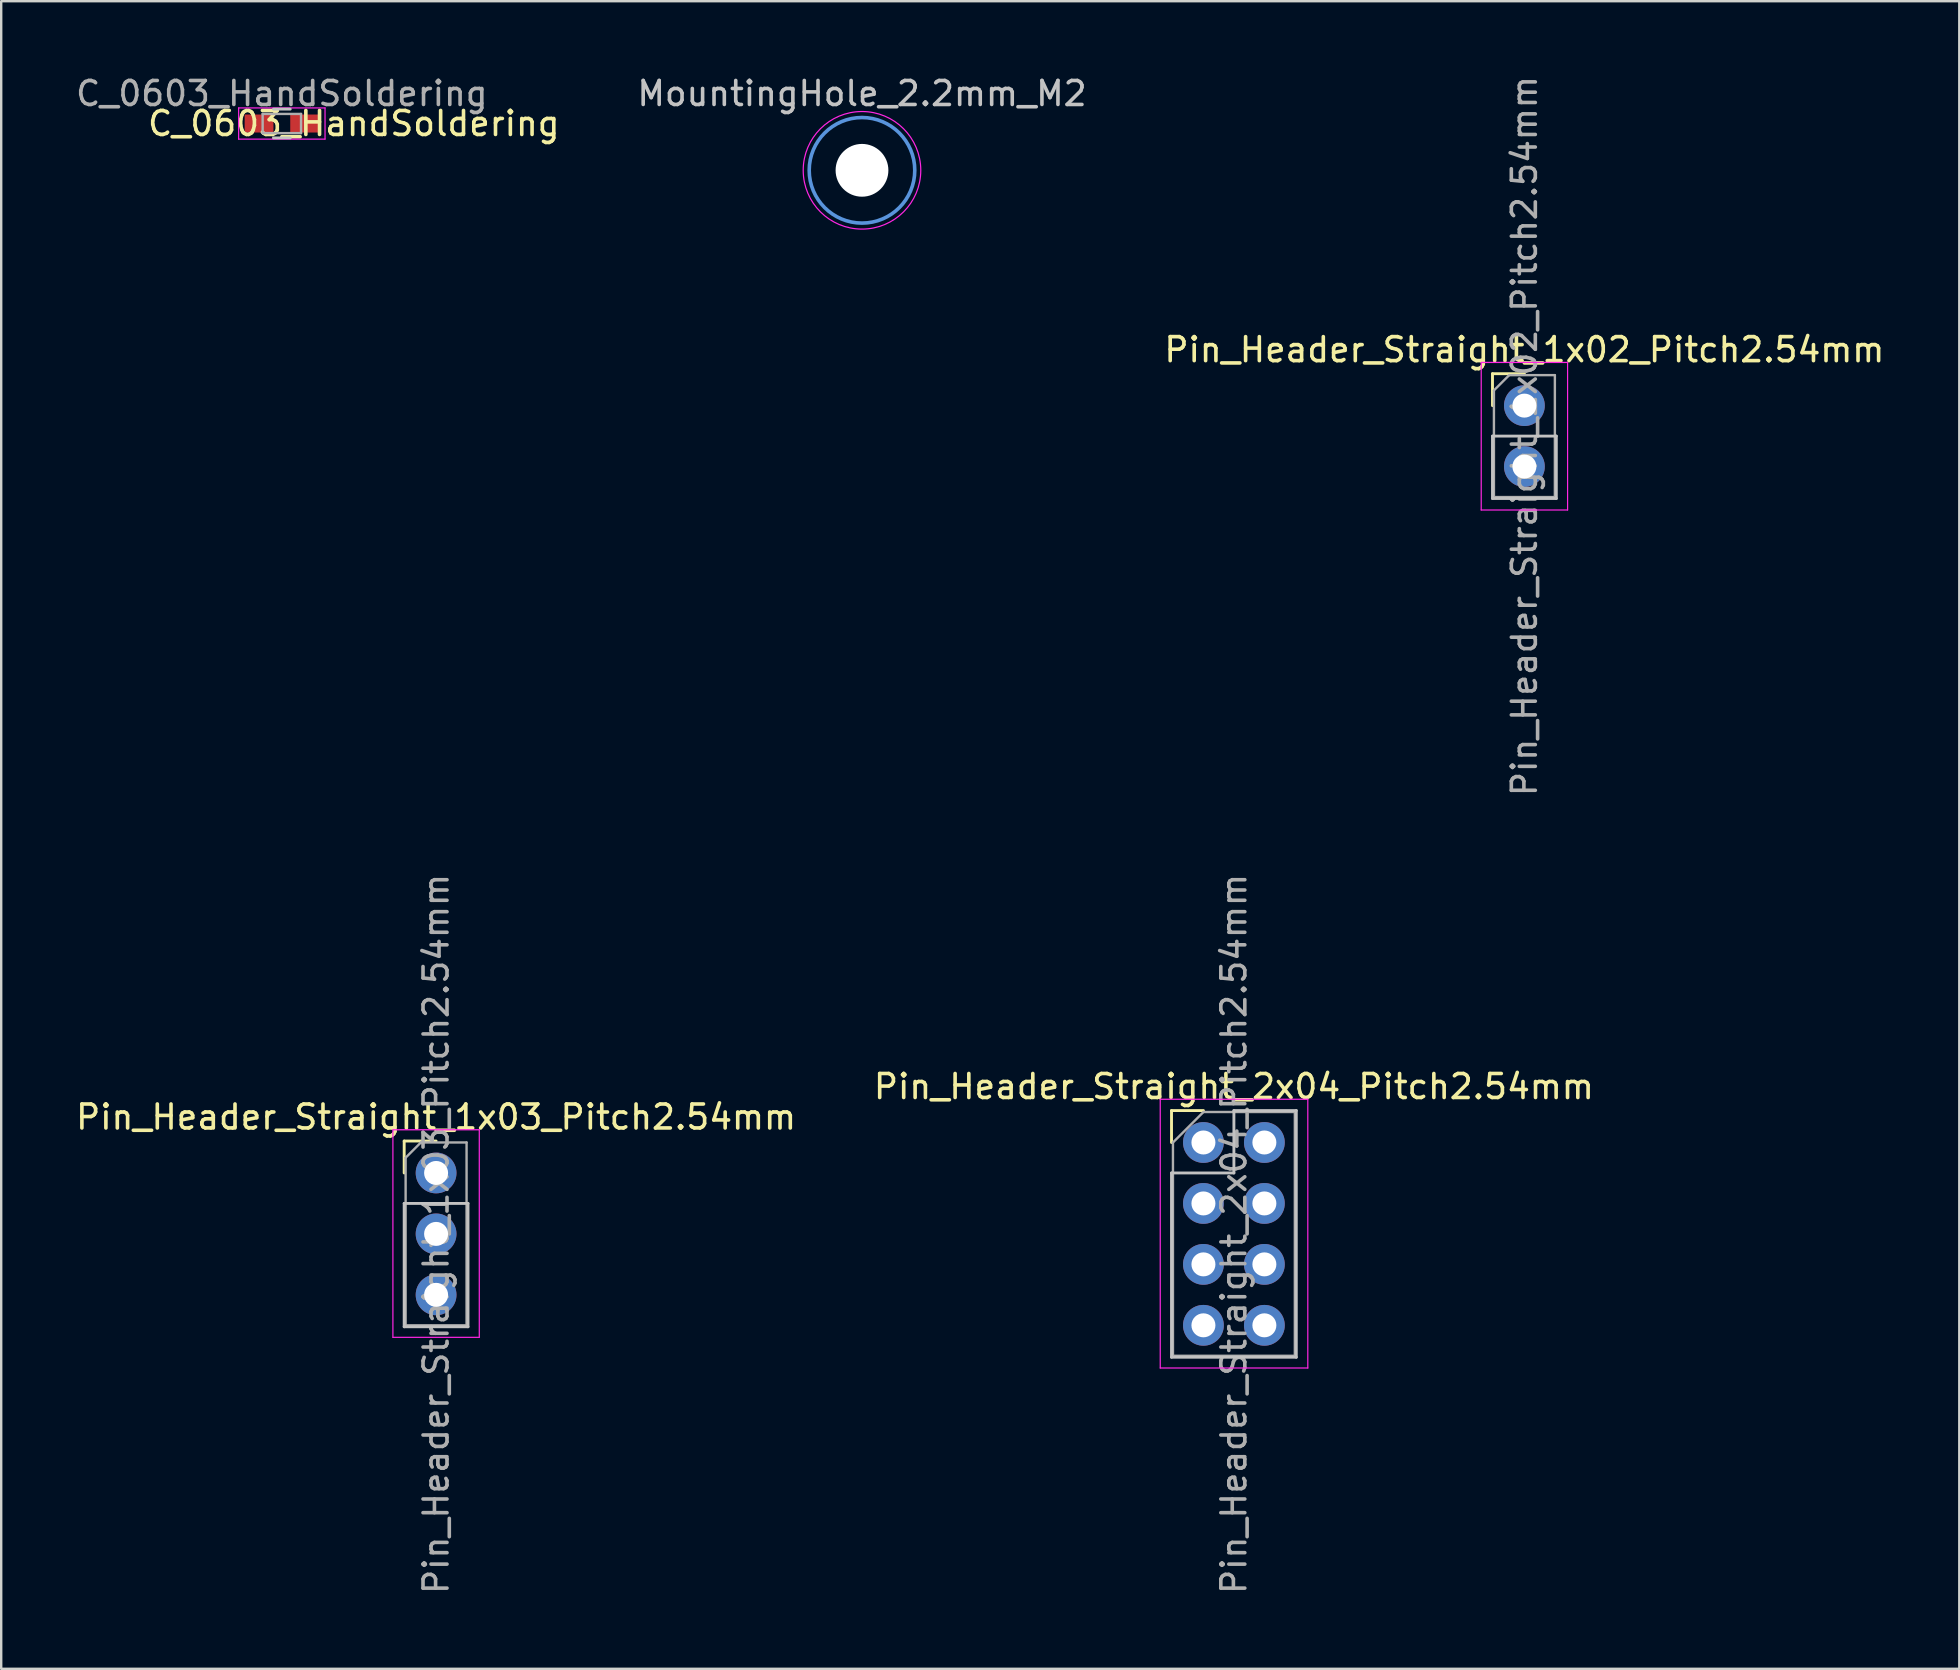
<source format=kicad_pcb>
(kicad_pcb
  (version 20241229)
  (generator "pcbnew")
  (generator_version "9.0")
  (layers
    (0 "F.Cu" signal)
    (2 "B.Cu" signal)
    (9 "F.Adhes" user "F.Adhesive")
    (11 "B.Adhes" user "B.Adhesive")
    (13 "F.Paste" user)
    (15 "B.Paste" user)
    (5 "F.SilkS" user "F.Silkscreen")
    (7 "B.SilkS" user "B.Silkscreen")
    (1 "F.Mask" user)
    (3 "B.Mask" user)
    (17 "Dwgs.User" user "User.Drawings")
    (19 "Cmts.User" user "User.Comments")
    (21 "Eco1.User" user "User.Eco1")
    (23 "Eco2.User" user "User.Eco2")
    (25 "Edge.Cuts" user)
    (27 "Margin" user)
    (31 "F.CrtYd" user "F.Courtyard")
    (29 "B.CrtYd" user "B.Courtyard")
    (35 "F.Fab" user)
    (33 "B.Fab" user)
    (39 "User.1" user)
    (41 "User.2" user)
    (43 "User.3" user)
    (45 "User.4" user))
  (footprint "MountingHole_2.2mm_M2"
    (layer "F.Cu")
    (at 32.875 4.048)
    (property "Reference" "MountingHole_2.2mm_M2" (at 0 -3.2 0) (layer "Dwgs.User") (effects (font (size 1 1) (thickness 0.15))))
    (attr through_hole)
    (fp_circle (center 0 0) (end 2.2 0) (stroke (width 0.15) (type solid)) (fill no) (layer "Cmts.User"))
    (fp_circle (center 0 0) (end 2.45 0) (stroke (width 0.05) (type solid)) (fill no) (layer "F.CrtYd"))
    (pad "" np_thru_hole circle (at 0 0) (size 2.2 2.2) (drill 2.2) (layers "*.Cu" "*.Mask")))
  (footprint "Pin_Header_Straight_1x03_Pitch2.54mm"
    (layer "F.Cu")
    (at 15.125 45.835)
    (property "Reference" "Pin_Header_Straight_1x03_Pitch2.54mm" (at 0 -2.33 0) (layer "F.SilkS") (effects (font (size 1 1) (thickness 0.15))))
    (attr through_hole)
    (fp_line (start -1.33 -1.33) (end 0 -1.33) (stroke (width 0.12) (type solid)) (layer "F.SilkS"))
    (fp_line (start -1.33 0) (end -1.33 -1.33) (stroke (width 0.12) (type solid)) (layer "F.SilkS"))
    (fp_line (start -1.33 1.27) (end -1.33 6.41) (stroke (width 0.12) (type solid)) (layer "Dwgs.User"))
    (fp_line (start -1.33 1.27) (end 1.33 1.27) (stroke (width 0.12) (type solid)) (layer "Dwgs.User"))
    (fp_line (start -1.33 6.41) (end 1.33 6.41) (stroke (width 0.12) (type solid)) (layer "Dwgs.User"))
    (fp_line (start 1.33 1.27) (end 1.33 6.41) (stroke (width 0.12) (type solid)) (layer "Dwgs.User"))
    (fp_line (start -1.8 -1.8) (end -1.8 6.85) (stroke (width 0.05) (type solid)) (layer "F.CrtYd"))
    (fp_line (start -1.8 6.85) (end 1.8 6.85) (stroke (width 0.05) (type solid)) (layer "F.CrtYd"))
    (fp_line (start 1.8 -1.8) (end -1.8 -1.8) (stroke (width 0.05) (type solid)) (layer "F.CrtYd"))
    (fp_line (start 1.8 6.85) (end 1.8 -1.8) (stroke (width 0.05) (type solid)) (layer "F.CrtYd"))
    (fp_line (start -1.27 -0.635) (end -0.635 -1.27) (stroke (width 0.1) (type solid)) (layer "F.Fab"))
    (fp_line (start -1.27 6.35) (end -1.27 -0.635) (stroke (width 0.1) (type solid)) (layer "F.Fab"))
    (fp_line (start -0.635 -1.27) (end 1.27 -1.27) (stroke (width 0.1) (type solid)) (layer "F.Fab"))
    (fp_line (start 1.27 -1.27) (end 1.27 6.35) (stroke (width 0.1) (type solid)) (layer "F.Fab"))
    (fp_line (start 1.27 6.35) (end -1.27 6.35) (stroke (width 0.1) (type solid)) (layer "F.Fab"))
    (fp_text user "${REFERENCE}" (at 0 2.54 90) (layer "F.Fab") (effects (font (size 1 1) (thickness 0.15))))
    (pad "1" thru_hole circle (at 0 0) (size 1.7 1.7) (drill 1) (layers "*.Cu" "*.Mask"))
    (pad "2" thru_hole oval (at 0 2.54) (size 1.7 1.7) (drill 1) (layers "*.Cu" "*.Mask"))
    (pad "3" thru_hole oval (at 0 5.08) (size 1.7 1.7) (drill 1) (layers "*.Cu" "*.Mask")))
  (footprint "C_0603_HandSoldering"
    (layer "F.Cu")
    (at 8.696 2.098)
    (property "Reference" "C_0603_HandSoldering" (at 3 0 0) (layer "F.SilkS") (effects (font (size 1 1) (thickness 0.15))))
    (attr smd)
    (fp_line (start -0.35 -0.6) (end 0.35 -0.6) (stroke (width 0.12) (type solid)) (layer "Dwgs.User"))
    (fp_line (start 0.35 0.6) (end -0.35 0.6) (stroke (width 0.12) (type solid)) (layer "Dwgs.User"))
    (fp_line (start -1.8 -0.65) (end -1.8 0.65) (stroke (width 0.05) (type solid)) (layer "F.CrtYd"))
    (fp_line (start -1.8 -0.65) (end 1.8 -0.65) (stroke (width 0.05) (type solid)) (layer "F.CrtYd"))
    (fp_line (start 1.8 0.65) (end -1.8 0.65) (stroke (width 0.05) (type solid)) (layer "F.CrtYd"))
    (fp_line (start 1.8 0.65) (end 1.8 -0.65) (stroke (width 0.05) (type solid)) (layer "F.CrtYd"))
    (fp_line (start -0.8 -0.4) (end 0.8 -0.4) (stroke (width 0.1) (type solid)) (layer "F.Fab"))
    (fp_line (start -0.8 0.4) (end -0.8 -0.4) (stroke (width 0.1) (type solid)) (layer "F.Fab"))
    (fp_line (start 0.8 -0.4) (end 0.8 0.4) (stroke (width 0.1) (type solid)) (layer "F.Fab"))
    (fp_line (start 0.8 0.4) (end -0.8 0.4) (stroke (width 0.1) (type solid)) (layer "F.Fab"))
    (fp_text user "${REFERENCE}" (at 0 -1.25 0) (layer "F.Fab") (effects (font (size 1 1) (thickness 0.15))))
    (pad "1" smd rect (at -0.95 0) (size 1.2 0.75) (layers "F.Cu" "F.Mask" "F.Paste"))
    (pad "2" smd rect (at 0.95 0) (size 1.2 0.75) (layers "F.Cu" "F.Mask" "F.Paste")))
  (footprint "Pin_Header_Straight_2x04_Pitch2.54mm"
    (layer "F.Cu")
    (at 47.105 44.565)
    (property "Reference" "Pin_Header_Straight_2x04_Pitch2.54mm" (at 1.27 -2.33 0) (layer "F.SilkS") (effects (font (size 1 1) (thickness 0.15))))
    (attr through_hole)
    (fp_line (start -1.33 -1.33) (end 0 -1.33) (stroke (width 0.12) (type solid)) (layer "F.SilkS"))
    (fp_line (start -1.33 0) (end -1.33 -1.33) (stroke (width 0.12) (type solid)) (layer "F.SilkS"))
    (fp_line (start -1.33 1.27) (end -1.33 8.95) (stroke (width 0.12) (type solid)) (layer "Dwgs.User"))
    (fp_line (start -1.33 1.27) (end 1.27 1.27) (stroke (width 0.12) (type solid)) (layer "Dwgs.User"))
    (fp_line (start -1.33 8.95) (end 3.87 8.95) (stroke (width 0.12) (type solid)) (layer "Dwgs.User"))
    (fp_line (start 1.27 -1.33) (end 3.87 -1.33) (stroke (width 0.12) (type solid)) (layer "Dwgs.User"))
    (fp_line (start 1.27 1.27) (end 1.27 -1.33) (stroke (width 0.12) (type solid)) (layer "Dwgs.User"))
    (fp_line (start 3.87 -1.33) (end 3.87 8.95) (stroke (width 0.12) (type solid)) (layer "Dwgs.User"))
    (fp_line (start -1.8 -1.8) (end -1.8 9.4) (stroke (width 0.05) (type solid)) (layer "F.CrtYd"))
    (fp_line (start -1.8 9.4) (end 4.35 9.4) (stroke (width 0.05) (type solid)) (layer "F.CrtYd"))
    (fp_line (start 4.35 -1.8) (end -1.8 -1.8) (stroke (width 0.05) (type solid)) (layer "F.CrtYd"))
    (fp_line (start 4.35 9.4) (end 4.35 -1.8) (stroke (width 0.05) (type solid)) (layer "F.CrtYd"))
    (fp_line (start -1.27 0) (end 0 -1.27) (stroke (width 0.1) (type solid)) (layer "F.Fab"))
    (fp_line (start -1.27 8.89) (end -1.27 0) (stroke (width 0.1) (type solid)) (layer "F.Fab"))
    (fp_line (start 0 -1.27) (end 3.81 -1.27) (stroke (width 0.1) (type solid)) (layer "F.Fab"))
    (fp_line (start 3.81 -1.27) (end 3.81 8.89) (stroke (width 0.1) (type solid)) (layer "F.Fab"))
    (fp_line (start 3.81 8.89) (end -1.27 8.89) (stroke (width 0.1) (type solid)) (layer "F.Fab"))
    (fp_text user "${REFERENCE}" (at 1.27 3.81 90) (layer "F.Fab") (effects (font (size 1 1) (thickness 0.15))))
    (pad "1" thru_hole circle (at 0 0) (size 1.7 1.7) (drill 1) (layers "*.Cu" "*.Mask"))
    (pad "2" thru_hole oval (at 2.54 0) (size 1.7 1.7) (drill 1) (layers "*.Cu" "*.Mask"))
    (pad "3" thru_hole oval (at 0 2.54) (size 1.7 1.7) (drill 1) (layers "*.Cu" "*.Mask"))
    (pad "4" thru_hole oval (at 2.54 2.54) (size 1.7 1.7) (drill 1) (layers "*.Cu" "*.Mask"))
    (pad "5" thru_hole oval (at 0 5.08) (size 1.7 1.7) (drill 1) (layers "*.Cu" "*.Mask"))
    (pad "6" thru_hole oval (at 2.54 5.08) (size 1.7 1.7) (drill 1) (layers "*.Cu" "*.Mask"))
    (pad "7" thru_hole oval (at 0 7.62) (size 1.7 1.7) (drill 1) (layers "*.Cu" "*.Mask"))
    (pad "8" thru_hole oval (at 2.54 7.62) (size 1.7 1.7) (drill 1) (layers "*.Cu" "*.Mask")))
  (footprint "Pin_Header_Straight_1x02_Pitch2.54mm"
    (layer "F.Cu")
    (at 60.482 13.855)
    (property "Reference" "Pin_Header_Straight_1x02_Pitch2.54mm" (at 0 -2.33 0) (layer "F.SilkS") (effects (font (size 1 1) (thickness 0.15))))
    (attr through_hole)
    (fp_line (start -1.33 -1.33) (end 0 -1.33) (stroke (width 0.12) (type solid)) (layer "F.SilkS"))
    (fp_line (start -1.33 0) (end -1.33 -1.33) (stroke (width 0.12) (type solid)) (layer "F.SilkS"))
    (fp_line (start -1.33 1.27) (end -1.33 3.87) (stroke (width 0.12) (type solid)) (layer "Dwgs.User"))
    (fp_line (start -1.33 1.27) (end 1.33 1.27) (stroke (width 0.12) (type solid)) (layer "Dwgs.User"))
    (fp_line (start -1.33 3.87) (end 1.33 3.87) (stroke (width 0.12) (type solid)) (layer "Dwgs.User"))
    (fp_line (start 1.33 1.27) (end 1.33 3.87) (stroke (width 0.12) (type solid)) (layer "Dwgs.User"))
    (fp_line (start -1.8 -1.8) (end -1.8 4.35) (stroke (width 0.05) (type solid)) (layer "F.CrtYd"))
    (fp_line (start -1.8 4.35) (end 1.8 4.35) (stroke (width 0.05) (type solid)) (layer "F.CrtYd"))
    (fp_line (start 1.8 -1.8) (end -1.8 -1.8) (stroke (width 0.05) (type solid)) (layer "F.CrtYd"))
    (fp_line (start 1.8 4.35) (end 1.8 -1.8) (stroke (width 0.05) (type solid)) (layer "F.CrtYd"))
    (fp_line (start -1.27 -0.635) (end -0.635 -1.27) (stroke (width 0.1) (type solid)) (layer "F.Fab"))
    (fp_line (start -1.27 3.81) (end -1.27 -0.635) (stroke (width 0.1) (type solid)) (layer "F.Fab"))
    (fp_line (start -0.635 -1.27) (end 1.27 -1.27) (stroke (width 0.1) (type solid)) (layer "F.Fab"))
    (fp_line (start 1.27 -1.27) (end 1.27 3.81) (stroke (width 0.1) (type solid)) (layer "F.Fab"))
    (fp_line (start 1.27 3.81) (end -1.27 3.81) (stroke (width 0.1) (type solid)) (layer "F.Fab"))
    (fp_text user "${REFERENCE}" (at 0 1.27 90) (layer "F.Fab") (effects (font (size 1 1) (thickness 0.15))))
    (pad "1" thru_hole circle (at 0 0) (size 1.7 1.7) (drill 1) (layers "*.Cu" "*.Mask"))
    (pad "2" thru_hole oval (at 0 2.54) (size 1.7 1.7) (drill 1) (layers "*.Cu" "*.Mask")))
  (gr_rect
    (start -3 -3)
    (end 78.607 66.5)
    (stroke (width 0.1) (type default))
    (fill no)
    (layer "Edge.Cuts")))
</source>
